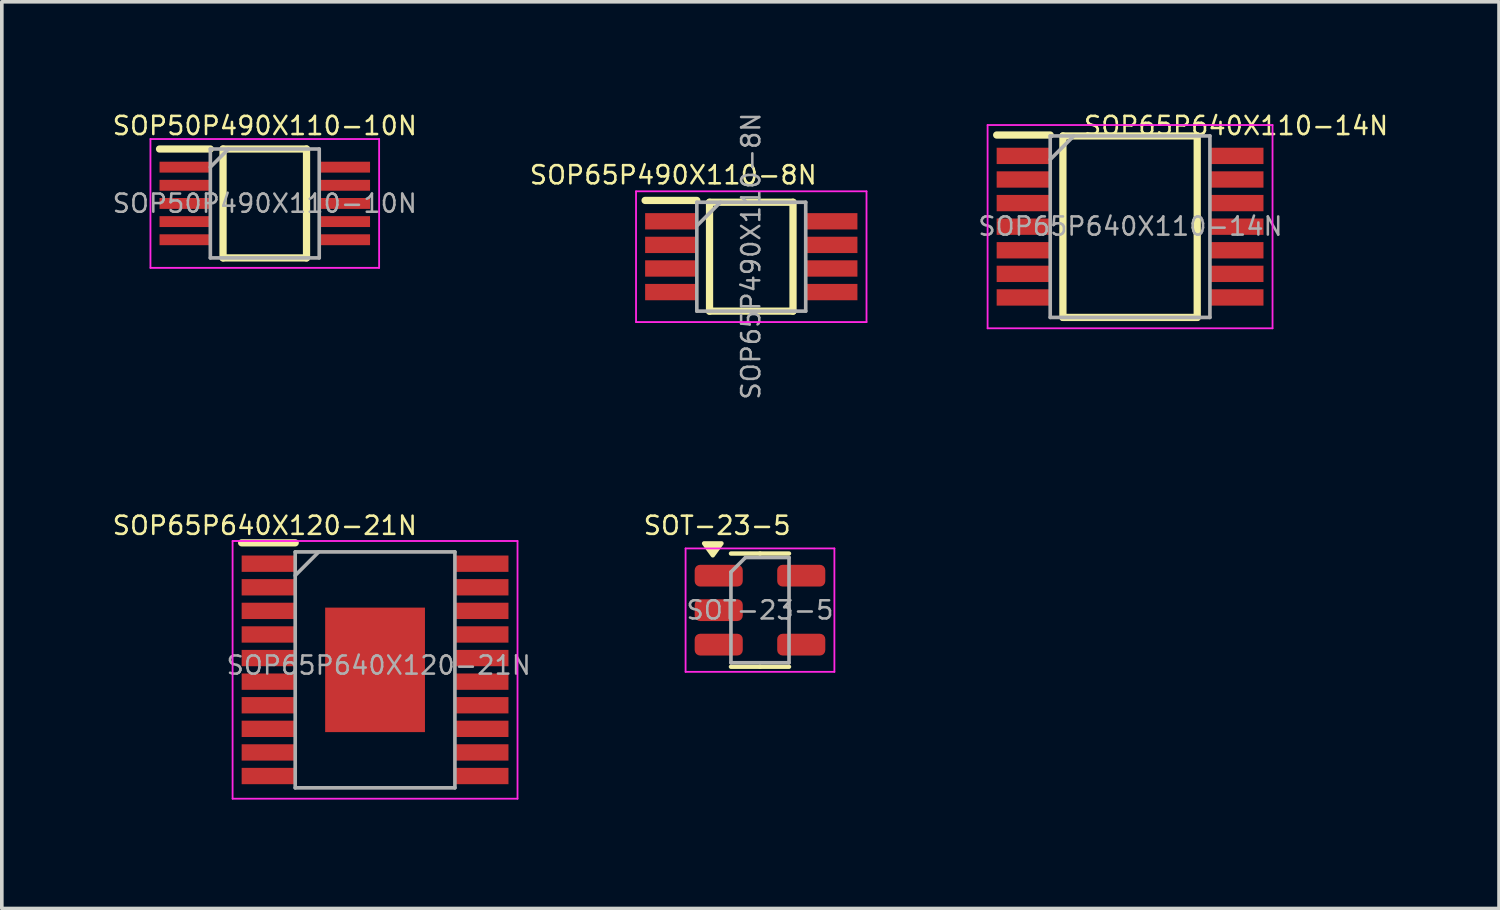
<source format=kicad_pcb>
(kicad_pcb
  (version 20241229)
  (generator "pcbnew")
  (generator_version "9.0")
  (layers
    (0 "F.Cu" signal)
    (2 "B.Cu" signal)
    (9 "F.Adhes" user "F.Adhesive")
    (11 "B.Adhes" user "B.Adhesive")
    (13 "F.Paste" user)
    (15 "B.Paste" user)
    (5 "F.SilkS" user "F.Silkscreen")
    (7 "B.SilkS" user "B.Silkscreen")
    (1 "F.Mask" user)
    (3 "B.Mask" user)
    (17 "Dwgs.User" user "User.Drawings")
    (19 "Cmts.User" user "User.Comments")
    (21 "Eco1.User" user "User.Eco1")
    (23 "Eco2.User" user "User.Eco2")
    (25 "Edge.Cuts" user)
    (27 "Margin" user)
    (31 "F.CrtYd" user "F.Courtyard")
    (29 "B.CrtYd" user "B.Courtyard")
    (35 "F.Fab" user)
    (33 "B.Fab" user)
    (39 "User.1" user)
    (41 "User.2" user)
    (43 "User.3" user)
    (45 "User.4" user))
  (footprint "SOT-23-5"
    (layer "F.Cu")
    (at 17.888 13.76)
    (property "Reference" "SOT-23-5" (at -1.18 -2.33 0) (layer "F.SilkS") (effects (font (size 0.5 0.5) (thickness 0.07))))
    (attr smd)
    (fp_line (start 0 -1.56) (end -0.8 -1.56) (stroke (width 0.12) (type solid)) (layer "F.SilkS"))
    (fp_line (start 0 -1.56) (end 0.8 -1.56) (stroke (width 0.12) (type solid)) (layer "F.SilkS"))
    (fp_line (start 0 1.56) (end -0.8 1.56) (stroke (width 0.12) (type solid)) (layer "F.SilkS"))
    (fp_line (start 0 1.56) (end 0.8 1.56) (stroke (width 0.12) (type solid)) (layer "F.SilkS"))
    (fp_poly (pts (xy -1.3 -1.51) (xy -1.54 -1.84) (xy -1.06 -1.84) (xy -1.3 -1.51)) (stroke (width 0.12) (type solid)) (fill yes) (layer "F.SilkS"))
    (fp_line (start -2.05 -1.7) (end -2.05 1.7) (stroke (width 0.05) (type solid)) (layer "F.CrtYd"))
    (fp_line (start -2.05 1.7) (end 2.05 1.7) (stroke (width 0.05) (type solid)) (layer "F.CrtYd"))
    (fp_line (start 2.05 -1.7) (end -2.05 -1.7) (stroke (width 0.05) (type solid)) (layer "F.CrtYd"))
    (fp_line (start 2.05 1.7) (end 2.05 -1.7) (stroke (width 0.05) (type solid)) (layer "F.CrtYd"))
    (fp_line (start -0.8 -1.05) (end -0.4 -1.45) (stroke (width 0.1) (type solid)) (layer "F.Fab"))
    (fp_line (start -0.8 1.45) (end -0.8 -1.05) (stroke (width 0.1) (type solid)) (layer "F.Fab"))
    (fp_line (start -0.4 -1.45) (end 0.8 -1.45) (stroke (width 0.1) (type solid)) (layer "F.Fab"))
    (fp_line (start 0.8 -1.45) (end 0.8 1.45) (stroke (width 0.1) (type solid)) (layer "F.Fab"))
    (fp_line (start 0.8 1.45) (end -0.8 1.45) (stroke (width 0.1) (type solid)) (layer "F.Fab"))
    (fp_text user "${REFERENCE}" (at 0 0 0) (layer "F.Fab") (effects (font (size 0.5 0.5) (thickness 0.07))))
    (pad "1" smd roundrect (at -1.137 -0.95) (size 1.325 0.6) (layers "F.Cu" "F.Mask" "F.Paste") (roundrect_rratio 0.25))
    (pad "2" smd roundrect (at -1.137 0) (size 1.325 0.6) (layers "F.Cu" "F.Mask" "F.Paste") (roundrect_rratio 0.25))
    (pad "3" smd roundrect (at -1.137 0.95) (size 1.325 0.6) (layers "F.Cu" "F.Mask" "F.Paste") (roundrect_rratio 0.25))
    (pad "4" smd roundrect (at 1.137 0.95) (size 1.325 0.6) (layers "F.Cu" "F.Mask" "F.Paste") (roundrect_rratio 0.25))
    (pad "5" smd roundrect (at 1.137 -0.95) (size 1.325 0.6) (layers "F.Cu" "F.Mask" "F.Paste") (roundrect_rratio 0.25)))
  (footprint "SOP65P490X110-8N"
    (layer "F.Cu")
    (at 17.648 4.022)
    (property "Reference" "SOP65P490X110-8N" (at -2.15 -2.25 180) (layer "F.SilkS") (effects (font (size 0.5 0.5) (thickness 0.07))))
    (attr smd)
    (fp_line (start -2.925 -1.55) (end -1.5 -1.55) (stroke (width 0.2) (type solid)) (layer "F.SilkS"))
    (fp_line (start -1.15 -1.5) (end 1.15 -1.5) (stroke (width 0.2) (type solid)) (layer "F.SilkS"))
    (fp_line (start -1.15 1.5) (end -1.15 -1.5) (stroke (width 0.2) (type solid)) (layer "F.SilkS"))
    (fp_line (start 1.15 -1.5) (end 1.15 1.5) (stroke (width 0.2) (type solid)) (layer "F.SilkS"))
    (fp_line (start 1.15 1.5) (end -1.15 1.5) (stroke (width 0.2) (type solid)) (layer "F.SilkS"))
    (fp_line (start -3.175 -1.801) (end 3.175 -1.801) (stroke (width 0.05) (type solid)) (layer "F.CrtYd"))
    (fp_line (start -3.175 1.801) (end -3.175 -1.801) (stroke (width 0.05) (type solid)) (layer "F.CrtYd"))
    (fp_line (start 3.175 -1.801) (end 3.175 1.801) (stroke (width 0.05) (type solid)) (layer "F.CrtYd"))
    (fp_line (start 3.175 1.801) (end -3.175 1.801) (stroke (width 0.05) (type solid)) (layer "F.CrtYd"))
    (fp_line (start -1.5 -1.5) (end 1.5 -1.5) (stroke (width 0.1) (type solid)) (layer "F.Fab"))
    (fp_line (start -1.5 -0.85) (end -0.85 -1.5) (stroke (width 0.1) (type solid)) (layer "F.Fab"))
    (fp_line (start -1.5 1.5) (end -1.5 -1.5) (stroke (width 0.1) (type solid)) (layer "F.Fab"))
    (fp_line (start 1.5 -1.5) (end 1.5 1.5) (stroke (width 0.1) (type solid)) (layer "F.Fab"))
    (fp_line (start 1.5 1.5) (end -1.5 1.5) (stroke (width 0.1) (type solid)) (layer "F.Fab"))
    (fp_text user "${REFERENCE}" (at -0.008 -0.015 270) (layer "F.Fab") (effects (font (size 0.5 0.5) (thickness 0.07))))
    (pad "1" smd rect (at -2.212 -0.975 90) (size 0.45 1.425) (layers "F.Cu" "F.Mask" "F.Paste"))
    (pad "2" smd rect (at -2.212 -0.325 90) (size 0.45 1.425) (layers "F.Cu" "F.Mask" "F.Paste"))
    (pad "3" smd rect (at -2.212 0.325 90) (size 0.45 1.425) (layers "F.Cu" "F.Mask" "F.Paste"))
    (pad "4" smd rect (at -2.212 0.975 90) (size 0.45 1.425) (layers "F.Cu" "F.Mask" "F.Paste"))
    (pad "5" smd rect (at 2.212 0.975 90) (size 0.45 1.425) (layers "F.Cu" "F.Mask" "F.Paste"))
    (pad "6" smd rect (at 2.212 0.325 90) (size 0.45 1.425) (layers "F.Cu" "F.Mask" "F.Paste"))
    (pad "7" smd rect (at 2.212 -0.325 90) (size 0.45 1.425) (layers "F.Cu" "F.Mask" "F.Paste"))
    (pad "8" smd rect (at 2.212 -0.975 90) (size 0.45 1.425) (layers "F.Cu" "F.Mask" "F.Paste")))
  (footprint "SOP65P640X120-21N"
    (layer "F.Cu")
    (at 7.283 15.405)
    (property "Reference" "SOP65P640X120-21N" (at -3.038 -3.975 0) (layer "F.SilkS") (effects (font (size 0.5 0.5) (thickness 0.07))))
    (attr smd)
    (fp_line (start -3.675 -3.5) (end -2.2 -3.5) (stroke (width 0.2) (type solid)) (layer "F.SilkS"))
    (fp_line (start -3.925 -3.55) (end 3.925 -3.55) (stroke (width 0.05) (type solid)) (layer "F.CrtYd"))
    (fp_line (start -3.925 3.55) (end -3.925 -3.55) (stroke (width 0.05) (type solid)) (layer "F.CrtYd"))
    (fp_line (start 3.925 -3.55) (end 3.925 3.55) (stroke (width 0.05) (type solid)) (layer "F.CrtYd"))
    (fp_line (start 3.925 3.55) (end -3.925 3.55) (stroke (width 0.05) (type solid)) (layer "F.CrtYd"))
    (fp_line (start -2.2 -3.25) (end 2.2 -3.25) (stroke (width 0.1) (type solid)) (layer "F.Fab"))
    (fp_line (start -2.2 -2.6) (end -1.55 -3.25) (stroke (width 0.1) (type solid)) (layer "F.Fab"))
    (fp_line (start -2.2 3.25) (end -2.2 -3.25) (stroke (width 0.1) (type solid)) (layer "F.Fab"))
    (fp_line (start 2.2 -3.25) (end 2.2 3.25) (stroke (width 0.1) (type solid)) (layer "F.Fab"))
    (fp_line (start 2.2 3.25) (end -2.2 3.25) (stroke (width 0.1) (type solid)) (layer "F.Fab"))
    (fp_text user "${REFERENCE}" (at 0.1 -0.125 0) (layer "F.Fab") (effects (font (size 0.5 0.5) (thickness 0.07))))
    (pad "1" smd rect (at -2.938 -2.925 90) (size 0.45 1.475) (layers "F.Cu" "F.Mask" "F.Paste"))
    (pad "2" smd rect (at -2.938 -2.275 90) (size 0.45 1.475) (layers "F.Cu" "F.Mask" "F.Paste"))
    (pad "3" smd rect (at -2.938 -1.625 90) (size 0.45 1.475) (layers "F.Cu" "F.Mask" "F.Paste"))
    (pad "4" smd rect (at -2.938 -0.975 90) (size 0.45 1.475) (layers "F.Cu" "F.Mask" "F.Paste"))
    (pad "5" smd rect (at -2.938 -0.325 90) (size 0.45 1.475) (layers "F.Cu" "F.Mask" "F.Paste"))
    (pad "6" smd rect (at -2.938 0.325 90) (size 0.45 1.475) (layers "F.Cu" "F.Mask" "F.Paste"))
    (pad "7" smd rect (at -2.938 0.975 90) (size 0.45 1.475) (layers "F.Cu" "F.Mask" "F.Paste"))
    (pad "8" smd rect (at -2.938 1.625 90) (size 0.45 1.475) (layers "F.Cu" "F.Mask" "F.Paste"))
    (pad "9" smd rect (at -2.938 2.275 90) (size 0.45 1.475) (layers "F.Cu" "F.Mask" "F.Paste"))
    (pad "10" smd rect (at -2.938 2.925 90) (size 0.45 1.475) (layers "F.Cu" "F.Mask" "F.Paste"))
    (pad "11" smd rect (at 2.938 2.925 90) (size 0.45 1.475) (layers "F.Cu" "F.Mask" "F.Paste"))
    (pad "12" smd rect (at 2.938 2.275 90) (size 0.45 1.475) (layers "F.Cu" "F.Mask" "F.Paste"))
    (pad "13" smd rect (at 2.938 1.625 90) (size 0.45 1.475) (layers "F.Cu" "F.Mask" "F.Paste"))
    (pad "14" smd rect (at 2.938 0.975 90) (size 0.45 1.475) (layers "F.Cu" "F.Mask" "F.Paste"))
    (pad "15" smd rect (at 2.938 0.325 90) (size 0.45 1.475) (layers "F.Cu" "F.Mask" "F.Paste"))
    (pad "16" smd rect (at 2.938 -0.325 90) (size 0.45 1.475) (layers "F.Cu" "F.Mask" "F.Paste"))
    (pad "17" smd rect (at 2.938 -0.975 90) (size 0.45 1.475) (layers "F.Cu" "F.Mask" "F.Paste"))
    (pad "18" smd rect (at 2.938 -1.625 90) (size 0.45 1.475) (layers "F.Cu" "F.Mask" "F.Paste"))
    (pad "19" smd rect (at 2.938 -2.275 90) (size 0.45 1.475) (layers "F.Cu" "F.Mask" "F.Paste"))
    (pad "20" smd rect (at 2.938 -2.925 90) (size 0.45 1.475) (layers "F.Cu" "F.Mask" "F.Paste"))
    (pad "21" smd rect (at 0 0) (size 2.75 3.43) (layers "F.Cu" "F.Mask" "F.Paste")))
  (footprint "SOP65P640X110-14N"
    (layer "F.Cu")
    (at 28.084 3.195)
    (property "Reference" "SOP65P640X110-14N" (at 2.92 -2.78 180) (layer "F.SilkS") (effects (font (size 0.5 0.5) (thickness 0.07))))
    (attr smd)
    (fp_line (start -3.675 -2.525) (end -2.2 -2.525) (stroke (width 0.2) (type solid)) (layer "F.SilkS"))
    (fp_line (start -1.85 -2.5) (end 1.85 -2.5) (stroke (width 0.2) (type solid)) (layer "F.SilkS"))
    (fp_line (start -1.85 2.5) (end -1.85 -2.5) (stroke (width 0.2) (type solid)) (layer "F.SilkS"))
    (fp_line (start 1.85 -2.5) (end 1.85 2.5) (stroke (width 0.2) (type solid)) (layer "F.SilkS"))
    (fp_line (start 1.85 2.5) (end -1.85 2.5) (stroke (width 0.2) (type solid)) (layer "F.SilkS"))
    (fp_line (start -3.925 -2.8) (end 3.925 -2.8) (stroke (width 0.05) (type solid)) (layer "F.CrtYd"))
    (fp_line (start -3.925 2.8) (end -3.925 -2.8) (stroke (width 0.05) (type solid)) (layer "F.CrtYd"))
    (fp_line (start 3.925 -2.8) (end 3.925 2.8) (stroke (width 0.05) (type solid)) (layer "F.CrtYd"))
    (fp_line (start 3.925 2.8) (end -3.925 2.8) (stroke (width 0.05) (type solid)) (layer "F.CrtYd"))
    (fp_line (start -2.2 -2.5) (end 2.2 -2.5) (stroke (width 0.1) (type solid)) (layer "F.Fab"))
    (fp_line (start -2.2 -1.85) (end -1.55 -2.5) (stroke (width 0.1) (type solid)) (layer "F.Fab"))
    (fp_line (start -2.2 2.5) (end -2.2 -2.5) (stroke (width 0.1) (type solid)) (layer "F.Fab"))
    (fp_line (start 2.2 -2.5) (end 2.2 2.5) (stroke (width 0.1) (type solid)) (layer "F.Fab"))
    (fp_line (start 2.2 2.5) (end -2.2 2.5) (stroke (width 0.1) (type solid)) (layer "F.Fab"))
    (fp_text user "${REFERENCE}" (at 0.01 -0.01 180) (layer "F.Fab") (effects (font (size 0.5 0.5) (thickness 0.07))))
    (pad "1" smd rect (at -2.938 -1.95 90) (size 0.45 1.475) (layers "F.Cu" "F.Mask" "F.Paste"))
    (pad "2" smd rect (at -2.938 -1.3 90) (size 0.45 1.475) (layers "F.Cu" "F.Mask" "F.Paste"))
    (pad "3" smd rect (at -2.938 -0.65 90) (size 0.45 1.475) (layers "F.Cu" "F.Mask" "F.Paste"))
    (pad "4" smd rect (at -2.938 0 90) (size 0.45 1.475) (layers "F.Cu" "F.Mask" "F.Paste"))
    (pad "5" smd rect (at -2.938 0.65 90) (size 0.45 1.475) (layers "F.Cu" "F.Mask" "F.Paste"))
    (pad "6" smd rect (at -2.938 1.3 90) (size 0.45 1.475) (layers "F.Cu" "F.Mask" "F.Paste"))
    (pad "7" smd rect (at -2.938 1.95 90) (size 0.45 1.475) (layers "F.Cu" "F.Mask" "F.Paste"))
    (pad "8" smd rect (at 2.938 1.95 90) (size 0.45 1.475) (layers "F.Cu" "F.Mask" "F.Paste"))
    (pad "9" smd rect (at 2.938 1.3 90) (size 0.45 1.475) (layers "F.Cu" "F.Mask" "F.Paste"))
    (pad "10" smd rect (at 2.938 0.65 90) (size 0.45 1.475) (layers "F.Cu" "F.Mask" "F.Paste"))
    (pad "11" smd rect (at 2.938 0 90) (size 0.45 1.475) (layers "F.Cu" "F.Mask" "F.Paste"))
    (pad "12" smd rect (at 2.938 -0.65 90) (size 0.45 1.475) (layers "F.Cu" "F.Mask" "F.Paste"))
    (pad "13" smd rect (at 2.938 -1.3 90) (size 0.45 1.475) (layers "F.Cu" "F.Mask" "F.Paste"))
    (pad "14" smd rect (at 2.938 -1.95 90) (size 0.45 1.475) (layers "F.Cu" "F.Mask" "F.Paste")))
  (footprint "SOP50P490X110-10N"
    (layer "F.Cu")
    (at 4.245 2.555)
    (property "Reference" "SOP50P490X110-10N" (at 0 -2.14 180) (layer "F.SilkS") (effects (font (size 0.5 0.5) (thickness 0.07))))
    (attr smd)
    (fp_line (start -2.9 -1.5) (end -1.5 -1.5) (stroke (width 0.2) (type solid)) (layer "F.SilkS"))
    (fp_line (start -1.15 -1.5) (end 1.15 -1.5) (stroke (width 0.2) (type solid)) (layer "F.SilkS"))
    (fp_line (start -1.15 1.5) (end -1.15 -1.5) (stroke (width 0.2) (type solid)) (layer "F.SilkS"))
    (fp_line (start 1.15 -1.5) (end 1.15 1.5) (stroke (width 0.2) (type solid)) (layer "F.SilkS"))
    (fp_line (start 1.15 1.5) (end -1.15 1.5) (stroke (width 0.2) (type solid)) (layer "F.SilkS"))
    (fp_line (start -3.15 -1.775) (end 3.15 -1.775) (stroke (width 0.05) (type solid)) (layer "F.CrtYd"))
    (fp_line (start -3.15 1.775) (end -3.15 -1.775) (stroke (width 0.05) (type solid)) (layer "F.CrtYd"))
    (fp_line (start 3.15 -1.775) (end 3.15 1.775) (stroke (width 0.05) (type solid)) (layer "F.CrtYd"))
    (fp_line (start 3.15 1.775) (end -3.15 1.775) (stroke (width 0.05) (type solid)) (layer "F.CrtYd"))
    (fp_line (start -1.5 -1.5) (end 1.5 -1.5) (stroke (width 0.1) (type solid)) (layer "F.Fab"))
    (fp_line (start -1.5 -1) (end -1 -1.5) (stroke (width 0.1) (type solid)) (layer "F.Fab"))
    (fp_line (start -1.5 1.5) (end -1.5 -1.5) (stroke (width 0.1) (type solid)) (layer "F.Fab"))
    (fp_line (start 1.5 -1.5) (end 1.5 1.5) (stroke (width 0.1) (type solid)) (layer "F.Fab"))
    (fp_line (start 1.5 1.5) (end -1.5 1.5) (stroke (width 0.1) (type solid)) (layer "F.Fab"))
    (fp_text user "${REFERENCE}" (at 0 0 180) (layer "F.Fab") (effects (font (size 0.5 0.5) (thickness 0.07))))
    (pad "1" smd rect (at -2.2 -1 90) (size 0.3 1.4) (layers "F.Cu" "F.Mask" "F.Paste"))
    (pad "2" smd rect (at -2.2 -0.5 90) (size 0.3 1.4) (layers "F.Cu" "F.Mask" "F.Paste"))
    (pad "3" smd rect (at -2.2 0 90) (size 0.3 1.4) (layers "F.Cu" "F.Mask" "F.Paste"))
    (pad "4" smd rect (at -2.2 0.5 90) (size 0.3 1.4) (layers "F.Cu" "F.Mask" "F.Paste"))
    (pad "5" smd rect (at -2.2 1 90) (size 0.3 1.4) (layers "F.Cu" "F.Mask" "F.Paste"))
    (pad "6" smd rect (at 2.2 1 90) (size 0.3 1.4) (layers "F.Cu" "F.Mask" "F.Paste"))
    (pad "7" smd rect (at 2.2 0.5 90) (size 0.3 1.4) (layers "F.Cu" "F.Mask" "F.Paste"))
    (pad "8" smd rect (at 2.2 0 90) (size 0.3 1.4) (layers "F.Cu" "F.Mask" "F.Paste"))
    (pad "9" smd rect (at 2.2 -0.5 90) (size 0.3 1.4) (layers "F.Cu" "F.Mask" "F.Paste"))
    (pad "10" smd rect (at 2.2 -1 90) (size 0.3 1.4) (layers "F.Cu" "F.Mask" "F.Paste")))
  (gr_rect
    (start -3 -3)
    (end 38.249 21.98)
    (stroke (width 0.1) (type default))
    (fill no)
    (layer "Edge.Cuts")))
</source>
